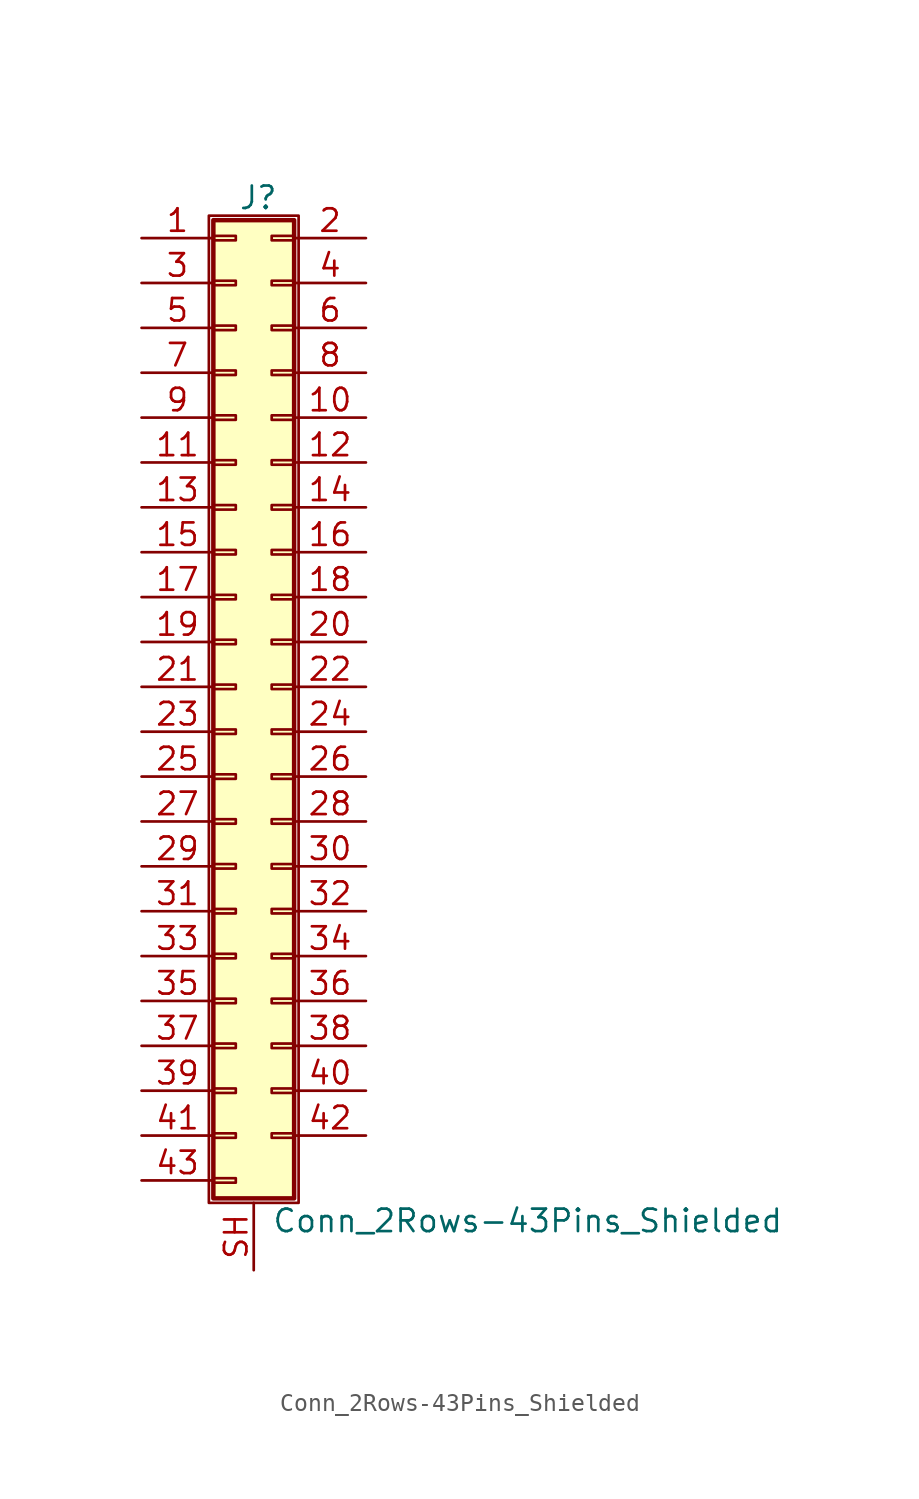
<source format=kicad_sym>
(kicad_symbol_lib
  (version 20220914)
  (generator kicad_symbol_editor)
  (symbol "Conn_2Rows-43Pins_Shielded"
    (pin_names
      (offset 1.016) hide)
    (property "Reference" "J"
      (at 1.524 27.686 0)
      (effects (font (size 1.27 1.27))))
    (property "Value" "Conn_2Rows-43Pins_Shielded"
      (at 2.286 -30.226 0)
      (effects (font (size 1.27 1.27)) (justify left)))
    (symbol "Conn_2Rows-43Pins_Shielded_1_1"
      (rectangle (start -1.27 26.67) (end 3.81 -29.21) (stroke (width 0.152) (type default)) (fill (type none)))
      (rectangle (start -1.016 -27.813) (end 0.254 -28.067) (stroke (width 0.152) (type default)) (fill (type none)))
      (rectangle (start -1.016 -25.273) (end 0.254 -25.527) (stroke (width 0.152) (type default)) (fill (type none)))
      (rectangle (start -1.016 -22.733) (end 0.254 -22.987) (stroke (width 0.152) (type default)) (fill (type none)))
      (rectangle (start -1.016 -20.193) (end 0.254 -20.447) (stroke (width 0.152) (type default)) (fill (type none)))
      (rectangle (start -1.016 -17.653) (end 0.254 -17.907) (stroke (width 0.152) (type default)) (fill (type none)))
      (rectangle (start -1.016 -15.113) (end 0.254 -15.367) (stroke (width 0.152) (type default)) (fill (type none)))
      (rectangle (start -1.016 -12.573) (end 0.254 -12.827) (stroke (width 0.152) (type default)) (fill (type none)))
      (rectangle (start -1.016 -10.033) (end 0.254 -10.287) (stroke (width 0.152) (type default)) (fill (type none)))
      (rectangle (start -1.016 -7.493) (end 0.254 -7.747) (stroke (width 0.152) (type default)) (fill (type none)))
      (rectangle (start -1.016 -4.953) (end 0.254 -5.207) (stroke (width 0.152) (type default)) (fill (type none)))
      (rectangle (start -1.016 -2.413) (end 0.254 -2.667) (stroke (width 0.152) (type default)) (fill (type none)))
      (rectangle (start -1.016 0.127) (end 0.254 -0.127) (stroke (width 0.152) (type default)) (fill (type none)))
      (rectangle (start -1.016 2.667) (end 0.254 2.413) (stroke (width 0.152) (type default)) (fill (type none)))
      (rectangle (start -1.016 5.207) (end 0.254 4.953) (stroke (width 0.152) (type default)) (fill (type none)))
      (rectangle (start -1.016 7.747) (end 0.254 7.493) (stroke (width 0.152) (type default)) (fill (type none)))
      (rectangle (start -1.016 10.287) (end 0.254 10.033) (stroke (width 0.152) (type default)) (fill (type none)))
      (rectangle (start -1.016 12.827) (end 0.254 12.573) (stroke (width 0.152) (type default)) (fill (type none)))
      (rectangle (start -1.016 15.367) (end 0.254 15.113) (stroke (width 0.152) (type default)) (fill (type none)))
      (rectangle (start -1.016 17.907) (end 0.254 17.653) (stroke (width 0.152) (type default)) (fill (type none)))
      (rectangle (start -1.016 20.447) (end 0.254 20.193) (stroke (width 0.152) (type default)) (fill (type none)))
      (rectangle (start -1.016 22.987) (end 0.254 22.733) (stroke (width 0.152) (type default)) (fill (type none)))
      (rectangle (start -1.016 25.527) (end 0.254 25.273) (stroke (width 0.152) (type default)) (fill (type none)))
      (rectangle (start -1.016 26.416) (end 3.556 -28.956) (stroke (width 0.254) (type default)) (fill (type background)))
      (rectangle (start 3.556 -25.273) (end 2.286 -25.527) (stroke (width 0.152) (type default)) (fill (type none)))
      (rectangle (start 3.556 -22.733) (end 2.286 -22.987) (stroke (width 0.152) (type default)) (fill (type none)))
      (rectangle (start 3.556 -20.193) (end 2.286 -20.447) (stroke (width 0.152) (type default)) (fill (type none)))
      (rectangle (start 3.556 -17.653) (end 2.286 -17.907) (stroke (width 0.152) (type default)) (fill (type none)))
      (rectangle (start 3.556 -15.113) (end 2.286 -15.367) (stroke (width 0.152) (type default)) (fill (type none)))
      (rectangle (start 3.556 -12.573) (end 2.286 -12.827) (stroke (width 0.152) (type default)) (fill (type none)))
      (rectangle (start 3.556 -10.033) (end 2.286 -10.287) (stroke (width 0.152) (type default)) (fill (type none)))
      (rectangle (start 3.556 -7.493) (end 2.286 -7.747) (stroke (width 0.152) (type default)) (fill (type none)))
      (rectangle (start 3.556 -4.953) (end 2.286 -5.207) (stroke (width 0.152) (type default)) (fill (type none)))
      (rectangle (start 3.556 -2.413) (end 2.286 -2.667) (stroke (width 0.152) (type default)) (fill (type none)))
      (rectangle (start 3.556 0.127) (end 2.286 -0.127) (stroke (width 0.152) (type default)) (fill (type none)))
      (rectangle (start 3.556 2.667) (end 2.286 2.413) (stroke (width 0.152) (type default)) (fill (type none)))
      (rectangle (start 3.556 5.207) (end 2.286 4.953) (stroke (width 0.152) (type default)) (fill (type none)))
      (rectangle (start 3.556 7.747) (end 2.286 7.493) (stroke (width 0.152) (type default)) (fill (type none)))
      (rectangle (start 3.556 10.287) (end 2.286 10.033) (stroke (width 0.152) (type default)) (fill (type none)))
      (rectangle (start 3.556 12.827) (end 2.286 12.573) (stroke (width 0.152) (type default)) (fill (type none)))
      (rectangle (start 3.556 15.367) (end 2.286 15.113) (stroke (width 0.152) (type default)) (fill (type none)))
      (rectangle (start 3.556 17.907) (end 2.286 17.653) (stroke (width 0.152) (type default)) (fill (type none)))
      (rectangle (start 3.556 20.447) (end 2.286 20.193) (stroke (width 0.152) (type default)) (fill (type none)))
      (rectangle (start 3.556 22.987) (end 2.286 22.733) (stroke (width 0.152) (type default)) (fill (type none)))
      (rectangle (start 3.556 25.527) (end 2.286 25.273) (stroke (width 0.152) (type default)) (fill (type none)))
      (pin passive line (at -5.08 25.4 0) (length 4.064) (name "Pin_1" (effects (font (size 1.27 1.27)))) (number "1" (effects (font (size 1.27 1.27)))))
      (pin passive line (at 7.62 15.24 180) (length 4.064) (name "Pin_10" (effects (font (size 1.27 1.27)))) (number "10" (effects (font (size 1.27 1.27)))))
      (pin passive line (at -5.08 12.7 0) (length 4.064) (name "Pin_11" (effects (font (size 1.27 1.27)))) (number "11" (effects (font (size 1.27 1.27)))))
      (pin passive line (at 7.62 12.7 180) (length 4.064) (name "Pin_12" (effects (font (size 1.27 1.27)))) (number "12" (effects (font (size 1.27 1.27)))))
      (pin passive line (at -5.08 10.16 0) (length 4.064) (name "Pin_13" (effects (font (size 1.27 1.27)))) (number "13" (effects (font (size 1.27 1.27)))))
      (pin passive line (at 7.62 10.16 180) (length 4.064) (name "Pin_14" (effects (font (size 1.27 1.27)))) (number "14" (effects (font (size 1.27 1.27)))))
      (pin passive line (at -5.08 7.62 0) (length 4.064) (name "Pin_15" (effects (font (size 1.27 1.27)))) (number "15" (effects (font (size 1.27 1.27)))))
      (pin passive line (at 7.62 7.62 180) (length 4.064) (name "Pin_16" (effects (font (size 1.27 1.27)))) (number "16" (effects (font (size 1.27 1.27)))))
      (pin passive line (at -5.08 5.08 0) (length 4.064) (name "Pin_17" (effects (font (size 1.27 1.27)))) (number "17" (effects (font (size 1.27 1.27)))))
      (pin passive line (at 7.62 5.08 180) (length 4.064) (name "Pin_18" (effects (font (size 1.27 1.27)))) (number "18" (effects (font (size 1.27 1.27)))))
      (pin passive line (at -5.08 2.54 0) (length 4.064) (name "Pin_19" (effects (font (size 1.27 1.27)))) (number "19" (effects (font (size 1.27 1.27)))))
      (pin passive line (at 7.62 25.4 180) (length 4.064) (name "Pin_2" (effects (font (size 1.27 1.27)))) (number "2" (effects (font (size 1.27 1.27)))))
      (pin passive line (at 7.62 2.54 180) (length 4.064) (name "Pin_20" (effects (font (size 1.27 1.27)))) (number "20" (effects (font (size 1.27 1.27)))))
      (pin passive line (at -5.08 0 0) (length 4.064) (name "Pin_21" (effects (font (size 1.27 1.27)))) (number "21" (effects (font (size 1.27 1.27)))))
      (pin passive line (at 7.62 0 180) (length 4.064) (name "Pin_22" (effects (font (size 1.27 1.27)))) (number "22" (effects (font (size 1.27 1.27)))))
      (pin passive line (at -5.08 -2.54 0) (length 4.064) (name "Pin_23" (effects (font (size 1.27 1.27)))) (number "23" (effects (font (size 1.27 1.27)))))
      (pin passive line (at 7.62 -2.54 180) (length 4.064) (name "Pin_24" (effects (font (size 1.27 1.27)))) (number "24" (effects (font (size 1.27 1.27)))))
      (pin passive line (at -5.08 -5.08 0) (length 4.064) (name "Pin_25" (effects (font (size 1.27 1.27)))) (number "25" (effects (font (size 1.27 1.27)))))
      (pin passive line (at 7.62 -5.08 180) (length 4.064) (name "Pin_26" (effects (font (size 1.27 1.27)))) (number "26" (effects (font (size 1.27 1.27)))))
      (pin passive line (at -5.08 -7.62 0) (length 4.064) (name "Pin_27" (effects (font (size 1.27 1.27)))) (number "27" (effects (font (size 1.27 1.27)))))
      (pin passive line (at 7.62 -7.62 180) (length 4.064) (name "Pin_28" (effects (font (size 1.27 1.27)))) (number "28" (effects (font (size 1.27 1.27)))))
      (pin passive line (at -5.08 -10.16 0) (length 4.064) (name "Pin_29" (effects (font (size 1.27 1.27)))) (number "29" (effects (font (size 1.27 1.27)))))
      (pin passive line (at -5.08 22.86 0) (length 4.064) (name "Pin_3" (effects (font (size 1.27 1.27)))) (number "3" (effects (font (size 1.27 1.27)))))
      (pin passive line (at 7.62 -10.16 180) (length 4.064) (name "Pin_30" (effects (font (size 1.27 1.27)))) (number "30" (effects (font (size 1.27 1.27)))))
      (pin passive line (at -5.08 -12.7 0) (length 4.064) (name "Pin_31" (effects (font (size 1.27 1.27)))) (number "31" (effects (font (size 1.27 1.27)))))
      (pin passive line (at 7.62 -12.7 180) (length 4.064) (name "Pin_32" (effects (font (size 1.27 1.27)))) (number "32" (effects (font (size 1.27 1.27)))))
      (pin passive line (at -5.08 -15.24 0) (length 4.064) (name "Pin_33" (effects (font (size 1.27 1.27)))) (number "33" (effects (font (size 1.27 1.27)))))
      (pin passive line (at 7.62 -15.24 180) (length 4.064) (name "Pin_34" (effects (font (size 1.27 1.27)))) (number "34" (effects (font (size 1.27 1.27)))))
      (pin passive line (at -5.08 -17.78 0) (length 4.064) (name "Pin_35" (effects (font (size 1.27 1.27)))) (number "35" (effects (font (size 1.27 1.27)))))
      (pin passive line (at 7.62 -17.78 180) (length 4.064) (name "Pin_36" (effects (font (size 1.27 1.27)))) (number "36" (effects (font (size 1.27 1.27)))))
      (pin passive line (at -5.08 -20.32 0) (length 4.064) (name "Pin_37" (effects (font (size 1.27 1.27)))) (number "37" (effects (font (size 1.27 1.27)))))
      (pin passive line (at 7.62 -20.32 180) (length 4.064) (name "Pin_38" (effects (font (size 1.27 1.27)))) (number "38" (effects (font (size 1.27 1.27)))))
      (pin passive line (at -5.08 -22.86 0) (length 4.064) (name "Pin_39" (effects (font (size 1.27 1.27)))) (number "39" (effects (font (size 1.27 1.27)))))
      (pin passive line (at 7.62 22.86 180) (length 4.064) (name "Pin_4" (effects (font (size 1.27 1.27)))) (number "4" (effects (font (size 1.27 1.27)))))
      (pin passive line (at 7.62 -22.86 180) (length 4.064) (name "Pin_40" (effects (font (size 1.27 1.27)))) (number "40" (effects (font (size 1.27 1.27)))))
      (pin passive line (at -5.08 -25.4 0) (length 4.064) (name "Pin_41" (effects (font (size 1.27 1.27)))) (number "41" (effects (font (size 1.27 1.27)))))
      (pin passive line (at 7.62 -25.4 180) (length 4.064) (name "Pin_42" (effects (font (size 1.27 1.27)))) (number "42" (effects (font (size 1.27 1.27)))))
      (pin passive line (at -5.08 -27.94 0) (length 4.064) (name "Pin_43" (effects (font (size 1.27 1.27)))) (number "43" (effects (font (size 1.27 1.27)))))
      (pin passive line (at -5.08 20.32 0) (length 4.064) (name "Pin_5" (effects (font (size 1.27 1.27)))) (number "5" (effects (font (size 1.27 1.27)))))
      (pin passive line (at 7.62 20.32 180) (length 4.064) (name "Pin_6" (effects (font (size 1.27 1.27)))) (number "6" (effects (font (size 1.27 1.27)))))
      (pin passive line (at -5.08 17.78 0) (length 4.064) (name "Pin_7" (effects (font (size 1.27 1.27)))) (number "7" (effects (font (size 1.27 1.27)))))
      (pin passive line (at 7.62 17.78 180) (length 4.064) (name "Pin_8" (effects (font (size 1.27 1.27)))) (number "8" (effects (font (size 1.27 1.27)))))
      (pin passive line (at -5.08 15.24 0) (length 4.064) (name "Pin_9" (effects (font (size 1.27 1.27)))) (number "9" (effects (font (size 1.27 1.27)))))
      (pin passive line (at 1.27 -33.02 90) (length 3.81) (name "Shield" (effects (font (size 1.27 1.27)))) (number "SH" (effects (font (size 1.27 1.27))))))))
</source>
